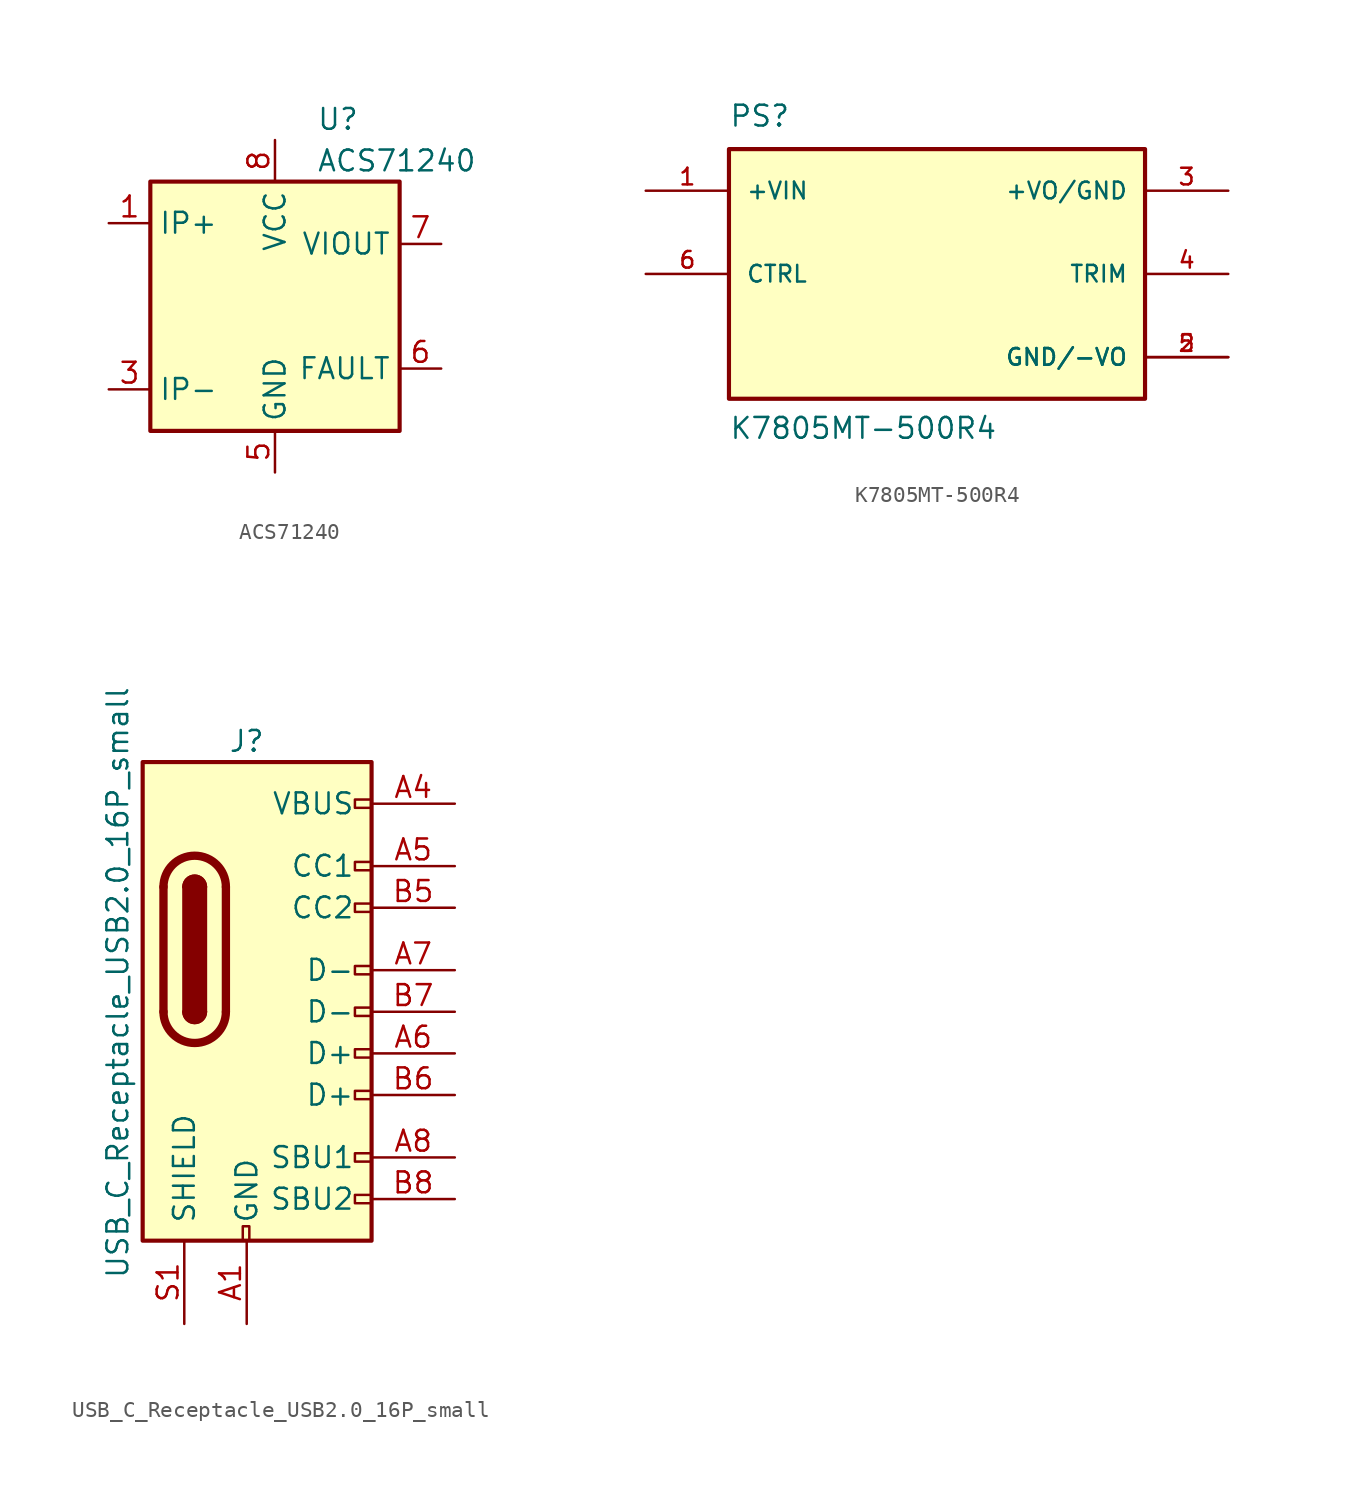
<source format=kicad_sym>
(kicad_symbol_lib
  (version 20231120)
  (generator "kicad_symbol_editor")
  (generator_version "8.0")
  (symbol "ACS71240"
    (property "Reference" "U"
      (at 2.54 11.43 0)
      (effects (font (size 1.27 1.27)) (justify left)))
    (property "Value" "ACS71240"
      (at 2.54 8.89 0)
      (effects (font (size 1.27 1.27)) (justify left)))
    (symbol "ACS71240_0_1"
      (rectangle (start -7.62 7.62) (end 7.62 -7.62) (stroke (width 0.254) (type default)) (fill (type background))))
    (symbol "ACS71240_1_1"
      (pin passive line (at -10.16 5.08 0) (length 2.54) (name "IP+" (effects (font (size 1.27 1.27)))) (number "1" (effects (font (size 1.27 1.27)))))
      (pin passive line (at -10.16 5.08 0) (length 2.54) hide (name "IP+" (effects (font (size 1.27 1.27)))) (number "2" (effects (font (size 1.27 1.27)))))
      (pin passive line (at -10.16 -5.08 0) (length 2.54) (name "IP-" (effects (font (size 1.27 1.27)))) (number "3" (effects (font (size 1.27 1.27)))))
      (pin passive line (at -10.16 -5.08 0) (length 2.54) hide (name "IP-" (effects (font (size 1.27 1.27)))) (number "4" (effects (font (size 1.27 1.27)))))
      (pin power_in line (at 0 -10.16 90) (length 2.54) (name "GND" (effects (font (size 1.27 1.27)))) (number "5" (effects (font (size 1.27 1.27)))))
      (pin passive line (at 10.16 -3.81 180) (length 2.54) (name "FAULT" (effects (font (size 1.27 1.27)))) (number "6" (effects (font (size 1.27 1.27)))))
      (pin output line (at 10.16 3.81 180) (length 2.54) (name "VIOUT" (effects (font (size 1.27 1.27)))) (number "7" (effects (font (size 1.27 1.27)))))
      (pin power_in line (at 0 10.16 270) (length 2.54) (name "VCC" (effects (font (size 1.27 1.27)))) (number "8" (effects (font (size 1.27 1.27)))))))
  (symbol "K7805MT-500R4"
    (pin_names
      (offset 1.016))
    (property "Reference" "PS"
      (at -12.704 8.898 0)
      (effects (font (size 1.27 1.27)) (justify left bottom)))
    (property "Value" "K7805MT-500R4"
      (at -12.701 -10.163 0)
      (effects (font (size 1.27 1.27)) (justify left bottom)))
    (symbol "K7805MT-500R4_0_0"
      (rectangle (start -12.7 -7.62) (end 12.7 7.62) (stroke (width 0.254) (type default)) (fill (type background)))
      (pin input line (at -17.78 5.08 0) (length 5.08) (name "+VIN" (effects (font (size 1.016 1.016)))) (number "1" (effects (font (size 1.016 1.016)))))
      (pin bidirectional line (at 17.78 -5.08 180) (length 5.08) (name "GND/-VO" (effects (font (size 1.016 1.016)))) (number "2" (effects (font (size 1.016 1.016)))))
      (pin bidirectional line (at 17.78 5.08 180) (length 5.08) (name "+VO/GND" (effects (font (size 1.016 1.016)))) (number "3" (effects (font (size 1.016 1.016)))))
      (pin passive line (at 17.78 0 180) (length 5.08) (name "TRIM" (effects (font (size 1.016 1.016)))) (number "4" (effects (font (size 1.016 1.016)))))
      (pin bidirectional line (at 17.78 -5.08 180) (length 5.08) (name "GND/-VO" (effects (font (size 1.016 1.016)))) (number "5" (effects (font (size 1.016 1.016)))))
      (pin input line (at -17.78 0 0) (length 5.08) (name "CTRL" (effects (font (size 1.016 1.016)))) (number "6" (effects (font (size 1.016 1.016)))))))
  (symbol "USB_C_Receptacle_USB2.0_16P_small"
    (pin_names
      (offset 1.016))
    (property "Reference" "J"
      (at 0 16.51 0)
      (effects (font (size 1.27 1.27))))
    (property "Value" "USB_C_Receptacle_USB2.0_16P_small"
      (at -7.874 1.778 90)
      (effects (font (size 1.27 1.27))))
    (symbol "USB_C_Receptacle_USB2.0_16P_small_0_0"
      (rectangle (start -0.24 -13.09) (end 0.16 -13.97) (stroke (width 0) (type default)) (fill (type none)))
      (rectangle (start 6.604 12.954) (end 7.62 12.446) (stroke (width 0) (type default)) (fill (type none)))
      (rectangle (start 7.62 -11.176) (end 6.604 -11.684) (stroke (width 0) (type default)) (fill (type none)))
      (rectangle (start 7.62 -8.636) (end 6.604 -9.144) (stroke (width 0) (type default)) (fill (type none)))
      (rectangle (start 7.62 -4.826) (end 6.604 -5.334) (stroke (width 0) (type default)) (fill (type none)))
      (rectangle (start 7.62 -2.286) (end 6.604 -2.794) (stroke (width 0) (type default)) (fill (type none)))
      (rectangle (start 7.62 0.254) (end 6.604 -0.254) (stroke (width 0) (type default)) (fill (type none)))
      (rectangle (start 7.62 2.794) (end 6.604 2.286) (stroke (width 0) (type default)) (fill (type none)))
      (rectangle (start 7.62 6.604) (end 6.604 6.096) (stroke (width 0) (type default)) (fill (type none)))
      (rectangle (start 7.62 9.144) (end 6.604 8.636) (stroke (width 0) (type default)) (fill (type none))))
    (symbol "USB_C_Receptacle_USB2.0_16P_small_0_1"
      (rectangle (start -6.35 15.24) (end 7.62 -13.97) (stroke (width 0.254) (type default)) (fill (type background)))
      (arc (start -5.08 0) (mid -3.175 -1.8967) (end -1.27 0) (stroke (width 0.508) (type default)) (fill (type none)))
      (arc (start -3.81 0) (mid -3.175 -0.6323) (end -2.54 0) (stroke (width 0.254) (type default)) (fill (type none)))
      (arc (start -3.81 0) (mid -3.175 -0.6323) (end -2.54 0) (stroke (width 0.254) (type default)) (fill (type outline)))
      (rectangle (start -3.81 0) (end -2.54 7.62) (stroke (width 0.254) (type default)) (fill (type outline)))
      (arc (start -2.54 7.62) (mid -3.175 8.2523) (end -3.81 7.62) (stroke (width 0.254) (type default)) (fill (type none)))
      (arc (start -2.54 7.62) (mid -3.175 8.2523) (end -3.81 7.62) (stroke (width 0.254) (type default)) (fill (type outline)))
      (arc (start -1.27 7.62) (mid -3.175 9.5167) (end -5.08 7.62) (stroke (width 0.508) (type default)) (fill (type none)))
      (polyline (pts (xy -5.08 0) (xy -5.08 7.62)) (stroke (width 0.508) (type default)) (fill (type none)))
      (polyline (pts (xy -1.27 7.62) (xy -1.27 0)) (stroke (width 0.508) (type default)) (fill (type none))))
    (symbol "USB_C_Receptacle_USB2.0_16P_small_1_1"
      (pin passive line (at 0 -19.05 90) (length 5.08) (name "GND" (effects (font (size 1.27 1.27)))) (number "A1" (effects (font (size 1.27 1.27)))))
      (pin passive line (at 0 -19.05 90) (length 5.08) hide (name "GND" (effects (font (size 1.27 1.27)))) (number "A12" (effects (font (size 1.27 1.27)))))
      (pin power_out line (at 12.7 12.7 180) (length 5.08) (name "VBUS" (effects (font (size 1.27 1.27)))) (number "A4" (effects (font (size 1.27 1.27)))))
      (pin bidirectional line (at 12.7 8.89 180) (length 5.08) (name "CC1" (effects (font (size 1.27 1.27)))) (number "A5" (effects (font (size 1.27 1.27)))))
      (pin bidirectional line (at 12.7 -2.54 180) (length 5.08) (name "D+" (effects (font (size 1.27 1.27)))) (number "A6" (effects (font (size 1.27 1.27)))))
      (pin bidirectional line (at 12.7 2.54 180) (length 5.08) (name "D-" (effects (font (size 1.27 1.27)))) (number "A7" (effects (font (size 1.27 1.27)))))
      (pin bidirectional line (at 12.7 -8.89 180) (length 5.08) (name "SBU1" (effects (font (size 1.27 1.27)))) (number "A8" (effects (font (size 1.27 1.27)))))
      (pin passive line (at 12.7 12.7 180) (length 5.08) hide (name "VBUS" (effects (font (size 1.27 1.27)))) (number "A9" (effects (font (size 1.27 1.27)))))
      (pin passive line (at 0 -19.05 90) (length 5.08) hide (name "GND" (effects (font (size 1.27 1.27)))) (number "B1" (effects (font (size 1.27 1.27)))))
      (pin passive line (at 0 -19.05 90) (length 5.08) hide (name "GND" (effects (font (size 1.27 1.27)))) (number "B12" (effects (font (size 1.27 1.27)))))
      (pin passive line (at 12.7 12.7 180) (length 5.08) hide (name "VBUS" (effects (font (size 1.27 1.27)))) (number "B4" (effects (font (size 1.27 1.27)))))
      (pin bidirectional line (at 12.7 6.35 180) (length 5.08) (name "CC2" (effects (font (size 1.27 1.27)))) (number "B5" (effects (font (size 1.27 1.27)))))
      (pin bidirectional line (at 12.7 -5.08 180) (length 5.08) (name "D+" (effects (font (size 1.27 1.27)))) (number "B6" (effects (font (size 1.27 1.27)))))
      (pin bidirectional line (at 12.7 0 180) (length 5.08) (name "D-" (effects (font (size 1.27 1.27)))) (number "B7" (effects (font (size 1.27 1.27)))))
      (pin bidirectional line (at 12.7 -11.43 180) (length 5.08) (name "SBU2" (effects (font (size 1.27 1.27)))) (number "B8" (effects (font (size 1.27 1.27)))))
      (pin passive line (at 12.7 12.7 180) (length 5.08) hide (name "VBUS" (effects (font (size 1.27 1.27)))) (number "B9" (effects (font (size 1.27 1.27)))))
      (pin passive line (at -3.81 -19.05 90) (length 5.08) (name "SHIELD" (effects (font (size 1.27 1.27)))) (number "S1" (effects (font (size 1.27 1.27))))))))
</source>
